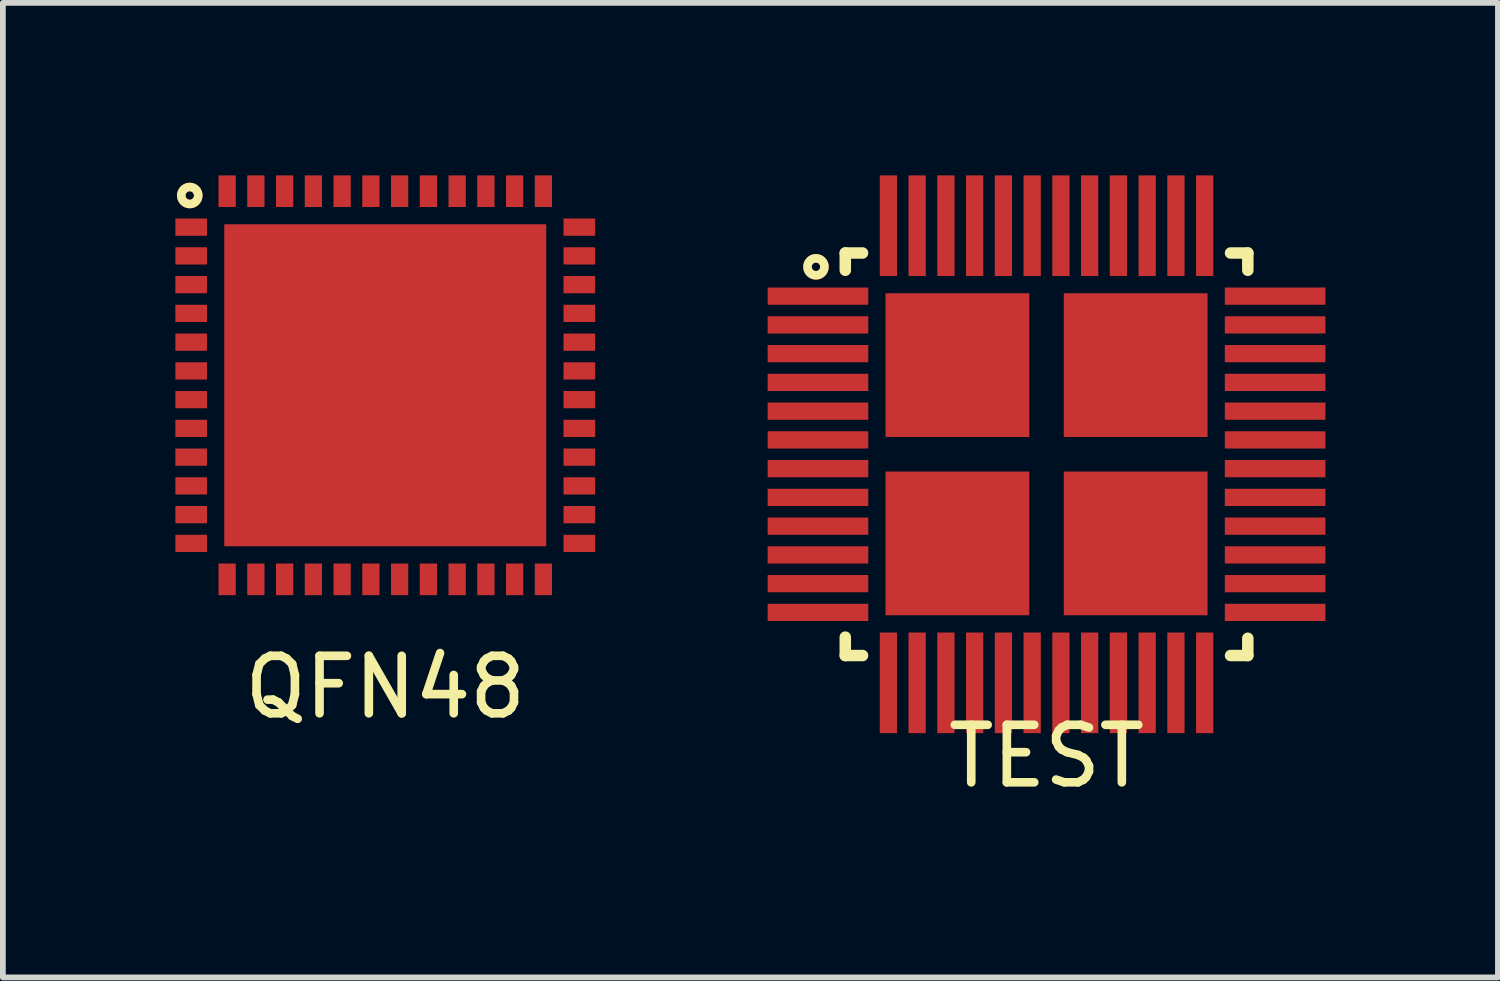
<source format=kicad_pcb>
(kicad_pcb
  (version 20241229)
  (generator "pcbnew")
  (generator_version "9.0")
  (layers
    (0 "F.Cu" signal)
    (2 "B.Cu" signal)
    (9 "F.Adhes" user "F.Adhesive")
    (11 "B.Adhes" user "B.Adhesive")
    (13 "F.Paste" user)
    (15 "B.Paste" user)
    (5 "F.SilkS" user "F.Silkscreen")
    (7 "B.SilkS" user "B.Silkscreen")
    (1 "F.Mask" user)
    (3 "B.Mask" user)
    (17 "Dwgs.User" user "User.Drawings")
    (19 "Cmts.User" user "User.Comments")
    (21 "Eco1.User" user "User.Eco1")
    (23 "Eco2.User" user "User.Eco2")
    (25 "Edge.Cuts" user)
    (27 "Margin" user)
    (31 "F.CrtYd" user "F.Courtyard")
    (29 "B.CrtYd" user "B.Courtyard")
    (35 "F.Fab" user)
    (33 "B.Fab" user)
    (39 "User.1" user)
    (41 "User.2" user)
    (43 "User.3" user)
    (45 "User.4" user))
  (footprint "TEST"
    (layer "F.Cu")
    (at 15.15 4.85)
    (property "Reference" "TEST" (at 0 5.25 0) (layer "F.SilkS") (effects (font (size 1 1) (thickness 0.15))))
    (attr through_hole)
    (fp_circle (center -4.01 -3.26) (end -3.94 -3.28) (stroke (width 0.15) (type solid)) (fill no) (layer "F.Cu"))
    (fp_line (start -3.5 -3.5) (end -3.5 -3.2) (stroke (width 0.2) (type solid)) (layer "F.SilkS"))
    (fp_line (start -3.5 -3.5) (end -3.2 -3.5) (stroke (width 0.2) (type solid)) (layer "F.SilkS"))
    (fp_line (start -3.5 3.5) (end -3.5 3.18) (stroke (width 0.2) (type solid)) (layer "F.SilkS"))
    (fp_line (start -3.5 3.5) (end -3.2 3.5) (stroke (width 0.2) (type solid)) (layer "F.SilkS"))
    (fp_line (start 3.5 -3.5) (end 3.2 -3.5) (stroke (width 0.2) (type solid)) (layer "F.SilkS"))
    (fp_line (start 3.5 -3.5) (end 3.5 -3.2) (stroke (width 0.2) (type solid)) (layer "F.SilkS"))
    (fp_line (start 3.5 3.5) (end 3.2 3.5) (stroke (width 0.2) (type solid)) (layer "F.SilkS"))
    (fp_line (start 3.5 3.5) (end 3.5 3.2) (stroke (width 0.2) (type solid)) (layer "F.SilkS"))
    (fp_circle (center -4.01 -3.26) (end -3.94 -3.28) (stroke (width 0.15) (type solid)) (fill no) (layer "F.SilkS"))
    (pad "0" smd rect (at -1.55 -1.55) (size 2.5 2.5) (layers "F.Cu" "F.Mask" "F.Paste"))
    (pad "0" smd rect (at -1.55 1.55) (size 2.5 2.5) (layers "F.Cu" "F.Mask" "F.Paste"))
    (pad "0" smd rect (at 1.55 -1.55) (size 2.5 2.5) (layers "F.Cu" "F.Mask" "F.Paste"))
    (pad "0" smd rect (at 1.55 1.55) (size 2.5 2.5) (layers "F.Cu" "F.Mask" "F.Paste"))
    (pad "1" smd trapezoid (at -3.975 -2.75 90) (size 0.3 1.75) (layers "F.Cu" "F.Mask" "F.Paste"))
    (pad "2" smd trapezoid (at -3.975 -2.25 90) (size 0.3 1.75) (layers "F.Cu" "F.Mask" "F.Paste"))
    (pad "3" smd trapezoid (at -3.975 -1.75 90) (size 0.3 1.75) (layers "F.Cu" "F.Mask" "F.Paste"))
    (pad "4" smd trapezoid (at -3.975 -1.25 90) (size 0.3 1.75) (layers "F.Cu" "F.Mask" "F.Paste"))
    (pad "5" smd trapezoid (at -3.975 -0.75 90) (size 0.3 1.75) (layers "F.Cu" "F.Mask" "F.Paste"))
    (pad "6" smd trapezoid (at -3.975 -0.25 90) (size 0.3 1.75) (layers "F.Cu" "F.Mask" "F.Paste"))
    (pad "7" smd trapezoid (at -3.975 0.25 90) (size 0.3 1.75) (layers "F.Cu" "F.Mask" "F.Paste"))
    (pad "8" smd trapezoid (at -3.975 0.75 90) (size 0.3 1.75) (layers "F.Cu" "F.Mask" "F.Paste"))
    (pad "9" smd trapezoid (at -3.975 1.25 90) (size 0.3 1.75) (layers "F.Cu" "F.Mask" "F.Paste"))
    (pad "10" smd trapezoid (at -3.975 1.75 90) (size 0.3 1.75) (layers "F.Cu" "F.Mask" "F.Paste"))
    (pad "11" smd trapezoid (at -3.975 2.25 90) (size 0.3 1.75) (layers "F.Cu" "F.Mask" "F.Paste"))
    (pad "12" smd trapezoid (at -3.975 2.75 90) (size 0.3 1.75) (layers "F.Cu" "F.Mask" "F.Paste"))
    (pad "13" smd trapezoid (at -2.75 3.975) (size 0.3 1.75) (layers "F.Cu" "F.Mask" "F.Paste"))
    (pad "14" smd trapezoid (at -2.25 3.975) (size 0.3 1.75) (layers "F.Cu" "F.Mask" "F.Paste"))
    (pad "15" smd trapezoid (at -1.75 3.975) (size 0.3 1.75) (layers "F.Cu" "F.Mask" "F.Paste"))
    (pad "16" smd trapezoid (at -1.25 3.975) (size 0.3 1.75) (layers "F.Cu" "F.Mask" "F.Paste"))
    (pad "17" smd trapezoid (at -0.75 3.975) (size 0.3 1.75) (layers "F.Cu" "F.Mask" "F.Paste"))
    (pad "18" smd trapezoid (at -0.25 3.975) (size 0.3 1.75) (layers "F.Cu" "F.Mask" "F.Paste"))
    (pad "19" smd trapezoid (at 0.25 3.975) (size 0.3 1.75) (layers "F.Cu" "F.Mask" "F.Paste"))
    (pad "20" smd trapezoid (at 0.75 3.975) (size 0.3 1.75) (layers "F.Cu" "F.Mask" "F.Paste"))
    (pad "21" smd trapezoid (at 1.25 3.975) (size 0.3 1.75) (layers "F.Cu" "F.Mask" "F.Paste"))
    (pad "22" smd trapezoid (at 1.75 3.975) (size 0.3 1.75) (layers "F.Cu" "F.Mask" "F.Paste"))
    (pad "23" smd trapezoid (at 2.25 3.975) (size 0.3 1.75) (layers "F.Cu" "F.Mask" "F.Paste"))
    (pad "24" smd trapezoid (at 2.75 3.975) (size 0.3 1.75) (layers "F.Cu" "F.Mask" "F.Paste"))
    (pad "25" smd trapezoid (at 3.975 2.75 90) (size 0.3 1.75) (layers "F.Cu" "F.Mask" "F.Paste"))
    (pad "26" smd trapezoid (at 3.975 2.25 90) (size 0.3 1.75) (layers "F.Cu" "F.Mask" "F.Paste"))
    (pad "27" smd trapezoid (at 3.975 1.75 90) (size 0.3 1.75) (layers "F.Cu" "F.Mask" "F.Paste"))
    (pad "28" smd trapezoid (at 3.975 1.25 90) (size 0.3 1.75) (layers "F.Cu" "F.Mask" "F.Paste"))
    (pad "29" smd trapezoid (at 3.975 0.75 90) (size 0.3 1.75) (layers "F.Cu" "F.Mask" "F.Paste"))
    (pad "30" smd trapezoid (at 3.975 0.25 90) (size 0.3 1.75) (layers "F.Cu" "F.Mask" "F.Paste"))
    (pad "31" smd trapezoid (at 3.975 -0.25 90) (size 0.3 1.75) (layers "F.Cu" "F.Mask" "F.Paste"))
    (pad "32" smd trapezoid (at 3.975 -0.75 90) (size 0.3 1.75) (layers "F.Cu" "F.Mask" "F.Paste"))
    (pad "33" smd trapezoid (at 3.975 -1.25 90) (size 0.3 1.75) (layers "F.Cu" "F.Mask" "F.Paste"))
    (pad "34" smd trapezoid (at 3.975 -1.75 90) (size 0.3 1.75) (layers "F.Cu" "F.Mask" "F.Paste"))
    (pad "35" smd trapezoid (at 3.975 -2.25 90) (size 0.3 1.75) (layers "F.Cu" "F.Mask" "F.Paste"))
    (pad "36" smd trapezoid (at 3.975 -2.75 90) (size 0.3 1.75) (layers "F.Cu" "F.Mask" "F.Paste"))
    (pad "37" smd trapezoid (at 2.75 -3.975) (size 0.3 1.75) (layers "F.Cu" "F.Mask" "F.Paste"))
    (pad "38" smd trapezoid (at 2.25 -3.975) (size 0.3 1.75) (layers "F.Cu" "F.Mask" "F.Paste"))
    (pad "39" smd trapezoid (at 1.75 -3.975) (size 0.3 1.75) (layers "F.Cu" "F.Mask" "F.Paste"))
    (pad "40" smd trapezoid (at 1.25 -3.975) (size 0.3 1.75) (layers "F.Cu" "F.Mask" "F.Paste"))
    (pad "41" smd trapezoid (at 0.75 -3.975) (size 0.3 1.75) (layers "F.Cu" "F.Mask" "F.Paste"))
    (pad "42" smd trapezoid (at 0.25 -3.975) (size 0.3 1.75) (layers "F.Cu" "F.Mask" "F.Paste"))
    (pad "43" smd trapezoid (at -0.25 -3.975 180) (size 0.3 1.75) (layers "F.Cu" "F.Mask" "F.Paste"))
    (pad "44" smd trapezoid (at -0.75 -3.975) (size 0.3 1.75) (layers "F.Cu" "F.Mask" "F.Paste"))
    (pad "45" smd trapezoid (at -1.25 -3.975) (size 0.3 1.75) (layers "F.Cu" "F.Mask" "F.Paste"))
    (pad "46" smd trapezoid (at -1.75 -3.975) (size 0.3 1.75) (layers "F.Cu" "F.Mask" "F.Paste"))
    (pad "47" smd trapezoid (at -2.25 -3.975) (size 0.3 1.75) (layers "F.Cu" "F.Mask" "F.Paste"))
    (pad "48" smd trapezoid (at -2.75 -3.975) (size 0.3 1.75) (layers "F.Cu" "F.Mask" "F.Paste")))
  (footprint "QFN48"
    (layer "F.Cu")
    (at 3.65 3.65)
    (property "Reference" "QFN48" (at 0 5.25 0) (layer "F.SilkS") (effects (font (size 1 1) (thickness 0.15))))
    (attr through_hole)
    (fp_circle (center -3.4 -3.3) (end -3.33 -3.32) (stroke (width 0.15) (type solid)) (fill no) (layer "F.Cu"))
    (fp_circle (center -3.4 -3.3) (end -3.33 -3.32) (stroke (width 0.15) (type solid)) (fill no) (layer "F.SilkS"))
    (pad "0" smd trapezoid (at 0 0) (size 5.6 5.6) (layers "F.Cu" "F.Mask" "F.Paste"))
    (pad "1" smd trapezoid (at -3.375 -2.75 90) (size 0.3 0.55) (layers "F.Cu" "F.Mask" "F.Paste"))
    (pad "2" smd trapezoid (at -3.375 -2.25 90) (size 0.3 0.55) (layers "F.Cu" "F.Mask" "F.Paste"))
    (pad "3" smd trapezoid (at -3.375 -1.75 90) (size 0.3 0.55) (layers "F.Cu" "F.Mask" "F.Paste"))
    (pad "4" smd trapezoid (at -3.375 -1.25 90) (size 0.3 0.55) (layers "F.Cu" "F.Mask" "F.Paste"))
    (pad "5" smd trapezoid (at -3.375 -0.75 90) (size 0.3 0.55) (layers "F.Cu" "F.Mask" "F.Paste"))
    (pad "6" smd trapezoid (at -3.375 -0.25 90) (size 0.3 0.55) (layers "F.Cu" "F.Mask" "F.Paste"))
    (pad "7" smd trapezoid (at -3.375 0.25 90) (size 0.3 0.55) (layers "F.Cu" "F.Mask" "F.Paste"))
    (pad "8" smd trapezoid (at -3.375 0.75 90) (size 0.3 0.55) (layers "F.Cu" "F.Mask" "F.Paste"))
    (pad "9" smd trapezoid (at -3.375 1.25 90) (size 0.3 0.55) (layers "F.Cu" "F.Mask" "F.Paste"))
    (pad "10" smd trapezoid (at -3.375 1.75 90) (size 0.3 0.55) (layers "F.Cu" "F.Mask" "F.Paste"))
    (pad "11" smd trapezoid (at -3.375 2.25 90) (size 0.3 0.55) (layers "F.Cu" "F.Mask" "F.Paste"))
    (pad "12" smd trapezoid (at -3.375 2.75 90) (size 0.3 0.55) (layers "F.Cu" "F.Mask" "F.Paste"))
    (pad "13" smd trapezoid (at -2.75 3.375) (size 0.3 0.55) (layers "F.Cu" "F.Mask" "F.Paste"))
    (pad "14" smd trapezoid (at -2.25 3.375) (size 0.3 0.55) (layers "F.Cu" "F.Mask" "F.Paste"))
    (pad "15" smd trapezoid (at -1.75 3.375) (size 0.3 0.55) (layers "F.Cu" "F.Mask" "F.Paste"))
    (pad "16" smd trapezoid (at -1.25 3.375) (size 0.3 0.55) (layers "F.Cu" "F.Mask" "F.Paste"))
    (pad "17" smd trapezoid (at -0.75 3.375) (size 0.3 0.55) (layers "F.Cu" "F.Mask" "F.Paste"))
    (pad "18" smd trapezoid (at -0.25 3.375) (size 0.3 0.55) (layers "F.Cu" "F.Mask" "F.Paste"))
    (pad "19" smd trapezoid (at 0.25 3.375) (size 0.3 0.55) (layers "F.Cu" "F.Mask" "F.Paste"))
    (pad "20" smd trapezoid (at 0.75 3.375) (size 0.3 0.55) (layers "F.Cu" "F.Mask" "F.Paste"))
    (pad "21" smd trapezoid (at 1.25 3.375) (size 0.3 0.55) (layers "F.Cu" "F.Mask" "F.Paste"))
    (pad "22" smd trapezoid (at 1.75 3.375) (size 0.3 0.55) (layers "F.Cu" "F.Mask" "F.Paste"))
    (pad "23" smd trapezoid (at 2.25 3.375) (size 0.3 0.55) (layers "F.Cu" "F.Mask" "F.Paste"))
    (pad "24" smd trapezoid (at 2.75 3.375) (size 0.3 0.55) (layers "F.Cu" "F.Mask" "F.Paste"))
    (pad "25" smd trapezoid (at 3.375 2.75 90) (size 0.3 0.55) (layers "F.Cu" "F.Mask" "F.Paste"))
    (pad "26" smd trapezoid (at 3.375 2.25 90) (size 0.3 0.55) (layers "F.Cu" "F.Mask" "F.Paste"))
    (pad "27" smd trapezoid (at 3.375 1.75 90) (size 0.3 0.55) (layers "F.Cu" "F.Mask" "F.Paste"))
    (pad "28" smd trapezoid (at 3.375 1.25 90) (size 0.3 0.55) (layers "F.Cu" "F.Mask" "F.Paste"))
    (pad "29" smd trapezoid (at 3.375 0.75 90) (size 0.3 0.55) (layers "F.Cu" "F.Mask" "F.Paste"))
    (pad "30" smd trapezoid (at 3.375 0.25 90) (size 0.3 0.55) (layers "F.Cu" "F.Mask" "F.Paste"))
    (pad "31" smd trapezoid (at 3.375 -0.25 90) (size 0.3 0.55) (layers "F.Cu" "F.Mask" "F.Paste"))
    (pad "32" smd trapezoid (at 3.375 -0.75 90) (size 0.3 0.55) (layers "F.Cu" "F.Mask" "F.Paste"))
    (pad "33" smd trapezoid (at 3.375 -1.25 90) (size 0.3 0.55) (layers "F.Cu" "F.Mask" "F.Paste"))
    (pad "34" smd trapezoid (at 3.375 -1.75 90) (size 0.3 0.55) (layers "F.Cu" "F.Mask" "F.Paste"))
    (pad "35" smd trapezoid (at 3.375 -2.25 90) (size 0.3 0.55) (layers "F.Cu" "F.Mask" "F.Paste"))
    (pad "36" smd trapezoid (at 3.375 -2.75 90) (size 0.3 0.55) (layers "F.Cu" "F.Mask" "F.Paste"))
    (pad "37" smd trapezoid (at 2.75 -3.375) (size 0.3 0.55) (layers "F.Cu" "F.Mask" "F.Paste"))
    (pad "38" smd trapezoid (at 2.25 -3.375) (size 0.3 0.55) (layers "F.Cu" "F.Mask" "F.Paste"))
    (pad "39" smd trapezoid (at 1.75 -3.375) (size 0.3 0.55) (layers "F.Cu" "F.Mask" "F.Paste"))
    (pad "40" smd trapezoid (at 1.25 -3.375) (size 0.3 0.55) (layers "F.Cu" "F.Mask" "F.Paste"))
    (pad "41" smd trapezoid (at 0.75 -3.375) (size 0.3 0.55) (layers "F.Cu" "F.Mask" "F.Paste"))
    (pad "42" smd trapezoid (at 0.25 -3.375) (size 0.3 0.55) (layers "F.Cu" "F.Mask" "F.Paste"))
    (pad "43" smd trapezoid (at -0.25 -3.375 180) (size 0.3 0.55) (layers "F.Cu" "F.Mask" "F.Paste"))
    (pad "44" smd trapezoid (at -0.75 -3.375) (size 0.3 0.55) (layers "F.Cu" "F.Mask" "F.Paste"))
    (pad "45" smd trapezoid (at -1.25 -3.375) (size 0.3 0.55) (layers "F.Cu" "F.Mask" "F.Paste"))
    (pad "46" smd trapezoid (at -1.75 -3.375) (size 0.3 0.55) (layers "F.Cu" "F.Mask" "F.Paste"))
    (pad "47" smd trapezoid (at -2.25 -3.375) (size 0.3 0.55) (layers "F.Cu" "F.Mask" "F.Paste"))
    (pad "48" smd trapezoid (at -2.75 -3.375) (size 0.3 0.55) (layers "F.Cu" "F.Mask" "F.Paste")))
  (gr_rect
    (start -3 -3)
    (end 23 13.948)
    (stroke (width 0.1) (type default))
    (fill no)
    (layer "Edge.Cuts")))
</source>
